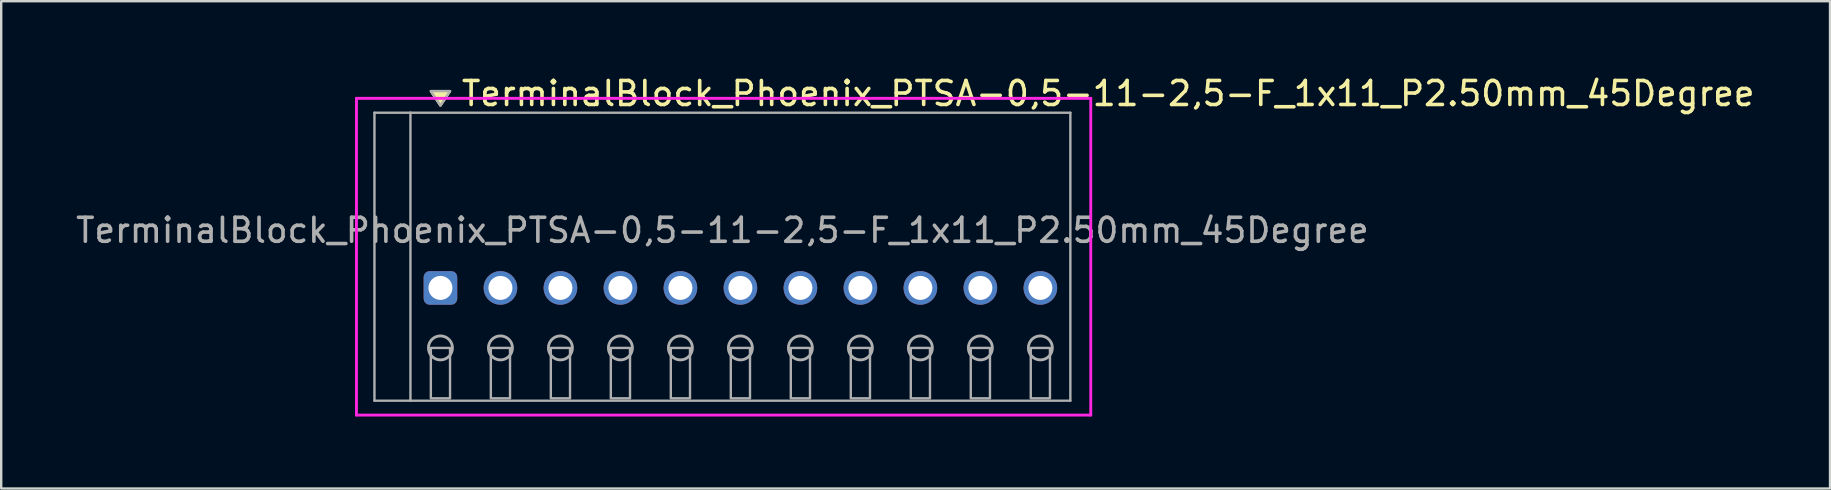
<source format=kicad_pcb>
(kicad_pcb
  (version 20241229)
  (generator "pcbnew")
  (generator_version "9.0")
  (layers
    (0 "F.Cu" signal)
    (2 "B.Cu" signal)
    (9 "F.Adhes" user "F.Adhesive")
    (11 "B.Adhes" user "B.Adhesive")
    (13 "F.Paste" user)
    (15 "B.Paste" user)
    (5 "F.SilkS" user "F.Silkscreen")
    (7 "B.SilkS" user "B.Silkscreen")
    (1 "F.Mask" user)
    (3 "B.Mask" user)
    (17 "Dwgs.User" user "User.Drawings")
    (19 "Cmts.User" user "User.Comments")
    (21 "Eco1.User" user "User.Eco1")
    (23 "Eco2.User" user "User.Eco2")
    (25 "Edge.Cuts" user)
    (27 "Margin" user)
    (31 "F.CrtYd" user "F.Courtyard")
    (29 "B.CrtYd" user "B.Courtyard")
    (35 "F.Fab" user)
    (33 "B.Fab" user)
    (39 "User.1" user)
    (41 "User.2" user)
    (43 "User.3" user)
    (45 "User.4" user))
  (footprint "TerminalBlock_Phoenix_PTSA-0,5-11-2,5-F_1x11_P2.50mm_45Degree"
    (layer "F.Cu")
    (at 15.304 8.948)
    (property "Reference" "TerminalBlock_Phoenix_PTSA-0,5-11-2,5-F_1x11_P2.50mm_45Degree" (at 0.8 -8.1 0) (layer "F.SilkS") (effects (font (size 1 1) (thickness 0.15)) (justify left)))
    (attr through_hole)
    (fp_poly (pts (xy 0 -7.6) (xy -0.4 -8.2) (xy 0.4 -8.2)) (stroke (width 0.1) (type solid)) (fill yes) (layer "F.SilkS"))
    (fp_line (start -3.5 -7.9) (end 27.1 -7.9) (stroke (width 0.12) (type solid)) (layer "F.CrtYd"))
    (fp_line (start -3.5 5.3) (end -3.5 -7.9) (stroke (width 0.12) (type solid)) (layer "F.CrtYd"))
    (fp_line (start 27.1 -7.9) (end 27.1 5.3) (stroke (width 0.12) (type solid)) (layer "F.CrtYd"))
    (fp_line (start 27.1 5.3) (end -3.5 5.3) (stroke (width 0.12) (type solid)) (layer "F.CrtYd"))
    (fp_line (start -2.75 -7.3) (end -1.25 -7.3) (stroke (width 0.1) (type solid)) (layer "F.Fab"))
    (fp_line (start -2.75 4.7) (end -2.75 -7.3) (stroke (width 0.1) (type solid)) (layer "F.Fab"))
    (fp_line (start -1.25 -7.3) (end -1.25 4.7) (stroke (width 0.1) (type solid)) (layer "F.Fab"))
    (fp_line (start -1.25 4.7) (end -2.75 4.7) (stroke (width 0.1) (type solid)) (layer "F.Fab"))
    (fp_line (start -1.25 4.7) (end 26.25 4.7) (stroke (width 0.1) (type solid)) (layer "F.Fab"))
    (fp_line (start 26.25 -7.3) (end -1.25 -7.3) (stroke (width 0.1) (type solid)) (layer "F.Fab"))
    (fp_line (start 26.25 4.7) (end 26.25 -7.3) (stroke (width 0.1) (type solid)) (layer "F.Fab"))
    (fp_circle (center 0 2.5) (end -0.5 2.5) (stroke (width 0.12) (type solid)) (fill no) (layer "F.Fab"))
    (fp_circle (center 2.5 2.5) (end 2 2.5) (stroke (width 0.12) (type solid)) (fill no) (layer "F.Fab"))
    (fp_circle (center 5 2.5) (end 4.5 2.5) (stroke (width 0.12) (type solid)) (fill no) (layer "F.Fab"))
    (fp_circle (center 7.5 2.5) (end 7 2.5) (stroke (width 0.12) (type solid)) (fill no) (layer "F.Fab"))
    (fp_circle (center 10 2.5) (end 9.5 2.5) (stroke (width 0.12) (type solid)) (fill no) (layer "F.Fab"))
    (fp_circle (center 12.5 2.5) (end 12 2.5) (stroke (width 0.12) (type solid)) (fill no) (layer "F.Fab"))
    (fp_circle (center 15 2.5) (end 14.5 2.5) (stroke (width 0.12) (type solid)) (fill no) (layer "F.Fab"))
    (fp_circle (center 17.5 2.5) (end 17 2.5) (stroke (width 0.12) (type solid)) (fill no) (layer "F.Fab"))
    (fp_circle (center 20 2.5) (end 19.5 2.5) (stroke (width 0.12) (type solid)) (fill no) (layer "F.Fab"))
    (fp_circle (center 22.5 2.5) (end 22 2.5) (stroke (width 0.12) (type solid)) (fill no) (layer "F.Fab"))
    (fp_circle (center 25 2.5) (end 24.5 2.5) (stroke (width 0.12) (type solid)) (fill no) (layer "F.Fab"))
    (fp_poly (pts (xy 0 -7.6) (xy -0.4 -8.2) (xy 0.4 -8.2)) (stroke (width 0.1) (type solid)) (fill no) (layer "F.Fab"))
    (fp_poly (pts (xy -0.4 2.5) (xy -0.4 4.6) (xy 0.4 4.6) (xy 0.4 2.5)) (stroke (width 0.1) (type solid)) (fill no) (layer "F.Fab"))
    (fp_poly (pts (xy 2.1 2.5) (xy 2.1 4.6) (xy 2.9 4.6) (xy 2.9 2.5)) (stroke (width 0.1) (type solid)) (fill no) (layer "F.Fab"))
    (fp_poly (pts (xy 4.6 2.5) (xy 4.6 4.6) (xy 5.4 4.6) (xy 5.4 2.5)) (stroke (width 0.1) (type solid)) (fill no) (layer "F.Fab"))
    (fp_poly (pts (xy 7.1 2.5) (xy 7.1 4.6) (xy 7.9 4.6) (xy 7.9 2.5)) (stroke (width 0.1) (type solid)) (fill no) (layer "F.Fab"))
    (fp_poly (pts (xy 9.6 2.5) (xy 9.6 4.6) (xy 10.4 4.6) (xy 10.4 2.5)) (stroke (width 0.1) (type solid)) (fill no) (layer "F.Fab"))
    (fp_poly (pts (xy 12.1 2.5) (xy 12.1 4.6) (xy 12.9 4.6) (xy 12.9 2.5)) (stroke (width 0.1) (type solid)) (fill no) (layer "F.Fab"))
    (fp_poly (pts (xy 14.6 2.5) (xy 14.6 4.6) (xy 15.4 4.6) (xy 15.4 2.5)) (stroke (width 0.1) (type solid)) (fill no) (layer "F.Fab"))
    (fp_poly (pts (xy 17.1 2.5) (xy 17.1 4.6) (xy 17.9 4.6) (xy 17.9 2.5)) (stroke (width 0.1) (type solid)) (fill no) (layer "F.Fab"))
    (fp_poly (pts (xy 19.6 2.5) (xy 19.6 4.6) (xy 20.4 4.6) (xy 20.4 2.5)) (stroke (width 0.1) (type solid)) (fill no) (layer "F.Fab"))
    (fp_poly (pts (xy 22.1 2.5) (xy 22.1 4.6) (xy 22.9 4.6) (xy 22.9 2.5)) (stroke (width 0.1) (type solid)) (fill no) (layer "F.Fab"))
    (fp_poly (pts (xy 24.6 2.5) (xy 24.6 4.6) (xy 25.4 4.6) (xy 25.4 2.5)) (stroke (width 0.1) (type solid)) (fill no) (layer "F.Fab"))
    (fp_text user "${REFERENCE}" (at 11.75 -2.4 0) (layer "F.Fab") (effects (font (size 1 1) (thickness 0.15))))
    (pad "1" thru_hole roundrect (at 0 0) (size 1.4 1.4) (drill 1) (layers "*.Cu" "*.Mask") (roundrect_rratio 0.179))
    (pad "2" thru_hole oval (at 2.5 0) (size 1.4 1.4) (drill 1) (layers "*.Cu" "*.Mask"))
    (pad "3" thru_hole oval (at 5 0) (size 1.4 1.4) (drill 1) (layers "*.Cu" "*.Mask"))
    (pad "4" thru_hole oval (at 7.5 0) (size 1.4 1.4) (drill 1) (layers "*.Cu" "*.Mask"))
    (pad "5" thru_hole oval (at 10 0) (size 1.4 1.4) (drill 1) (layers "*.Cu" "*.Mask"))
    (pad "6" thru_hole oval (at 12.5 0) (size 1.4 1.4) (drill 1) (layers "*.Cu" "*.Mask"))
    (pad "7" thru_hole oval (at 15 0) (size 1.4 1.4) (drill 1) (layers "*.Cu" "*.Mask"))
    (pad "8" thru_hole oval (at 17.5 0) (size 1.4 1.4) (drill 1) (layers "*.Cu" "*.Mask"))
    (pad "9" thru_hole oval (at 20 0) (size 1.4 1.4) (drill 1) (layers "*.Cu" "*.Mask"))
    (pad "10" thru_hole oval (at 22.5 0) (size 1.4 1.4) (drill 1) (layers "*.Cu" "*.Mask"))
    (pad "11" thru_hole oval (at 25 0) (size 1.4 1.4) (drill 1) (layers "*.Cu" "*.Mask")))
  (gr_rect
    (start -3 -3)
    (end 73.211 17.308)
    (stroke (width 0.1) (type default))
    (fill no)
    (layer "Edge.Cuts")))
</source>
